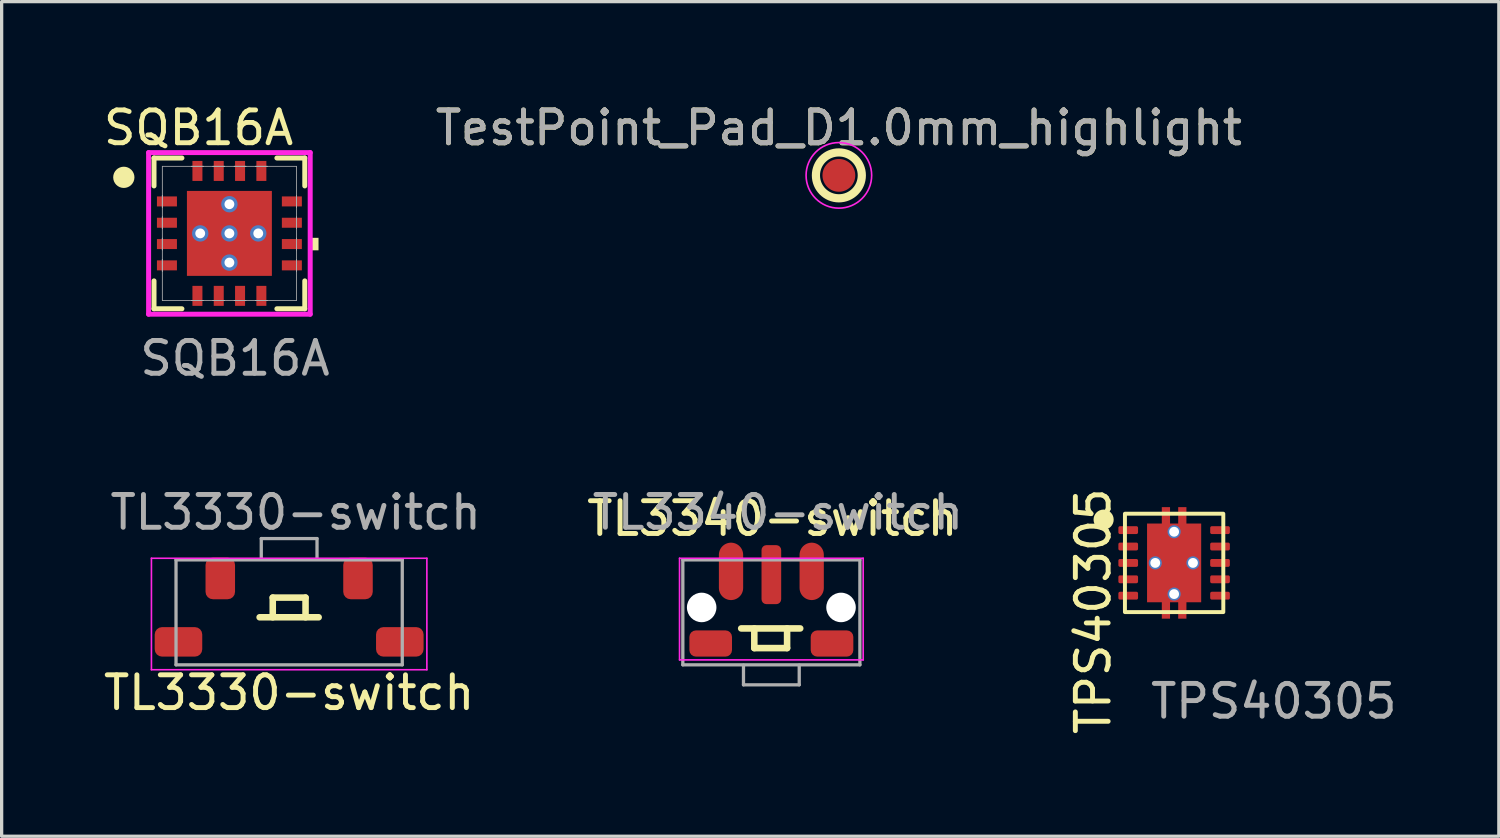
<source format=kicad_pcb>
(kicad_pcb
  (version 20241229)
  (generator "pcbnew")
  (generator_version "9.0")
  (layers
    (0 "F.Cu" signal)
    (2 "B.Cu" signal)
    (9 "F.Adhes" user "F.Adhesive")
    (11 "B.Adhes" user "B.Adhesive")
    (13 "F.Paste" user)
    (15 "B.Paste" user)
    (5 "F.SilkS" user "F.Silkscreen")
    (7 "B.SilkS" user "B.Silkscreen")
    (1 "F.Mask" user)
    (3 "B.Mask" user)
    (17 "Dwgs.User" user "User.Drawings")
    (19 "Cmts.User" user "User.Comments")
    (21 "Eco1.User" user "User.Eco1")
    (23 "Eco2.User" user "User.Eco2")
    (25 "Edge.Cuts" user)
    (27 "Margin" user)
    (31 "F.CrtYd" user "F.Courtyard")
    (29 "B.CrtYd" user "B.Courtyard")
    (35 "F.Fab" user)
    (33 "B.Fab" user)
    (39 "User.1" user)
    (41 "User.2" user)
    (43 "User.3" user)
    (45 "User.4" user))
  (footprint "TL3330-switch"
    (layer "F.Cu")
    (at 5.768 15.475)
    (property "Reference" "TL3330-switch" (at 0 2.6 0) (unlocked yes) (layer "F.SilkS") (effects (font (size 1 1) (thickness 0.15))))
    (attr smd)
    (fp_line (start -0.9 0.3) (end 0.9 0.3) (stroke (width 0.2) (type default)) (layer "F.SilkS"))
    (fp_line (start -0.5 -0.3) (end 0.5 -0.3) (stroke (width 0.2) (type default)) (layer "F.SilkS"))
    (fp_line (start -0.5 0.3) (end -0.5 -0.3) (stroke (width 0.2) (type default)) (layer "F.SilkS"))
    (fp_line (start 0.5 -0.3) (end 0.5 0.3) (stroke (width 0.2) (type default)) (layer "F.SilkS"))
    (fp_line (start -4.2 -1.5) (end 4.2 -1.5) (stroke (width 0.05) (type default)) (layer "F.CrtYd"))
    (fp_line (start -4.2 1.9) (end -4.2 -1.5) (stroke (width 0.05) (type default)) (layer "F.CrtYd"))
    (fp_line (start 4.2 -1.5) (end 4.2 1.9) (stroke (width 0.05) (type default)) (layer "F.CrtYd"))
    (fp_line (start 4.2 1.9) (end -4.2 1.9) (stroke (width 0.05) (type default)) (layer "F.CrtYd"))
    (fp_line (start -3.45 -1.45) (end 3.45 -1.45) (stroke (width 0.1) (type default)) (layer "F.Fab"))
    (fp_line (start -3.45 1.75) (end -3.45 -1.45) (stroke (width 0.1) (type default)) (layer "F.Fab"))
    (fp_line (start -3.45 1.75) (end 3.45 1.75) (stroke (width 0.1) (type default)) (layer "F.Fab"))
    (fp_line (start -0.85 -2.1) (end -0.85 -1.5) (stroke (width 0.1) (type default)) (layer "F.Fab"))
    (fp_line (start -0.85 -2.1) (end 0.85 -2.1) (stroke (width 0.1) (type default)) (layer "F.Fab"))
    (fp_line (start 0.85 -2.1) (end 0.85 -1.5) (stroke (width 0.1) (type default)) (layer "F.Fab"))
    (fp_line (start 3.45 1.75) (end 3.45 -1.45) (stroke (width 0.1) (type default)) (layer "F.Fab"))
    (fp_text user "${REFERENCE}" (at 0.2 -2.9 0) (unlocked yes) (layer "F.Fab") (effects (font (size 1 1) (thickness 0.15))))
    (pad "1" smd roundrect (at -2.1 -0.885) (size 0.9 1.27) (layers "F.Cu" "F.Mask" "F.Paste") (roundrect_rratio 0.25))
    (pad "2" smd roundrect (at 2.1 -0.885) (size 0.9 1.27) (layers "F.Cu" "F.Mask" "F.Paste") (roundrect_rratio 0.25))
    (pad "3" smd roundrect (at -3.375 1.05) (size 1.45 0.9) (layers "F.Cu" "F.Mask" "F.Paste") (roundrect_rratio 0.25))
    (pad "3" smd roundrect (at 3.375 1.05) (size 1.45 0.9) (layers "F.Cu" "F.Mask" "F.Paste") (roundrect_rratio 0.25)))
  (footprint "TL3340-switch"
    (layer "F.Cu")
    (at 20.474 15.475)
    (property "Reference" "TL3340-switch" (at 0.03 -2.71 0) (unlocked yes) (layer "F.SilkS") (effects (font (size 1 1) (thickness 0.15))))
    (attr smd)
    (fp_line (start -0.52 1.24) (end -0.52 0.64) (stroke (width 0.2) (type default)) (layer "F.SilkS"))
    (fp_line (start 0.48 0.64) (end 0.48 1.24) (stroke (width 0.2) (type default)) (layer "F.SilkS"))
    (fp_line (start 0.48 1.24) (end -0.52 1.24) (stroke (width 0.2) (type default)) (layer "F.SilkS"))
    (fp_line (start 0.88 0.64) (end -0.92 0.64) (stroke (width 0.2) (type default)) (layer "F.SilkS"))
    (fp_line (start -2.8 -1.5) (end 2.8 -1.5) (stroke (width 0.05) (type default)) (layer "F.CrtYd"))
    (fp_line (start -2.8 1.6) (end -2.8 -1.5) (stroke (width 0.05) (type default)) (layer "F.CrtYd"))
    (fp_line (start 2.8 -1.5) (end 2.8 1.6) (stroke (width 0.05) (type default)) (layer "F.CrtYd"))
    (fp_line (start 2.8 1.6) (end -2.8 1.6) (stroke (width 0.05) (type default)) (layer "F.CrtYd"))
    (fp_line (start -2.7 -1.45) (end 2.7 -1.45) (stroke (width 0.1) (type default)) (layer "F.Fab"))
    (fp_line (start -2.7 1.75) (end -2.7 -1.45) (stroke (width 0.1) (type default)) (layer "F.Fab"))
    (fp_line (start -2.7 1.75) (end 2.7 1.75) (stroke (width 0.1) (type default)) (layer "F.Fab"))
    (fp_line (start -0.85 2.36) (end -0.85 1.76) (stroke (width 0.1) (type default)) (layer "F.Fab"))
    (fp_line (start 0.85 2.36) (end -0.85 2.36) (stroke (width 0.1) (type default)) (layer "F.Fab"))
    (fp_line (start 0.85 2.36) (end 0.85 1.76) (stroke (width 0.1) (type default)) (layer "F.Fab"))
    (fp_line (start 2.7 1.75) (end 2.7 -1.45) (stroke (width 0.1) (type default)) (layer "F.Fab"))
    (fp_text user "${REFERENCE}" (at 0.2 -2.9 0) (unlocked yes) (layer "F.Fab") (effects (font (size 1 1) (thickness 0.15))))
    (pad "" np_thru_hole circle (at -2.125 0) (size 0.9 0.9) (drill 0.9) (layers "*.Cu"))
    (pad "" smd roundrect (at -1.85 1.1) (size 1.3 0.8) (layers "F.Cu" "F.Mask" "F.Paste") (roundrect_rratio 0.25))
    (pad "" smd roundrect (at 1.85 1.1) (size 1.3 0.8) (layers "F.Cu" "F.Mask" "F.Paste") (roundrect_rratio 0.25))
    (pad "" np_thru_hole circle (at 2.125 0) (size 0.9 0.9) (drill 0.9) (layers "*.Cu"))
    (pad "1" smd oval (at -1.23 -1.1) (size 0.74 1.75) (layers "F.Cu" "F.Mask" "F.Paste"))
    (pad "1" smd oval (at 1.23 -1.1) (size 0.74 1.75) (layers "F.Cu" "F.Mask" "F.Paste"))
    (pad "2" smd roundrect (at 0 -1) (size 0.6 1.8) (layers "F.Cu" "F.Mask" "F.Paste") (roundrect_rratio 0.25)))
  (footprint "TestPoint_Pad_D1.0mm_highlight"
    (layer "F.Cu")
    (at 22.533 2.298)
    (property "Reference" "TestPoint_Pad_D1.0mm_highlight" (at 0 -1.448 0) (layer "F.SilkS") (effects (font (size 1 1) (thickness 0.15))))
    (attr exclude_from_pos_files exclude_from_bom)
    (fp_circle (center 0 0) (end 0.7 0) (stroke (width 0.25) (type solid)) (fill no) (layer "F.SilkS"))
    (fp_circle (center 0 0) (end 1 0) (stroke (width 0.05) (type solid)) (fill no) (layer "F.CrtYd"))
    (fp_text user "${REFERENCE}" (at 0 -1.45 0) (layer "F.Fab") (effects (font (size 1 1) (thickness 0.15))))
    (pad "1" smd circle (at 0 0) (size 1 1) (layers "F.Cu" "F.Mask")))
  (footprint "SQB16A"
    (layer "F.Cu")
    (at 3.946 4.068)
    (property "Reference" "SQB16A" (at -0.94 -3.22 0) (unlocked yes) (layer "F.SilkS") (effects (font (size 1 1) (thickness 0.15))))
    (attr smd)
    (fp_line (start -2.299 -2.299) (end -2.299 -1.448) (stroke (width 0.152) (type solid)) (layer "F.SilkS"))
    (fp_line (start -2.299 1.448) (end -2.299 2.299) (stroke (width 0.152) (type solid)) (layer "F.SilkS"))
    (fp_line (start -2.299 2.299) (end -1.448 2.299) (stroke (width 0.152) (type solid)) (layer "F.SilkS"))
    (fp_line (start -1.448 -2.299) (end -2.299 -2.299) (stroke (width 0.152) (type solid)) (layer "F.SilkS"))
    (fp_line (start 1.448 2.299) (end 2.299 2.299) (stroke (width 0.152) (type solid)) (layer "F.SilkS"))
    (fp_line (start 2.299 -2.299) (end 1.448 -2.299) (stroke (width 0.152) (type solid)) (layer "F.SilkS"))
    (fp_line (start 2.299 -1.448) (end 2.299 -2.299) (stroke (width 0.152) (type solid)) (layer "F.SilkS"))
    (fp_line (start 2.299 2.299) (end 2.299 1.448) (stroke (width 0.152) (type solid)) (layer "F.SilkS"))
    (fp_circle (center -3.22 -1.71) (end -2.956 -1.71) (stroke (width 0.12) (type solid)) (fill yes) (layer "F.SilkS"))
    (fp_poly (pts (xy 2.718 0.135) (xy 2.718 0.516) (xy 2.464 0.516) (xy 2.464 0.135)) (stroke (width 0) (type solid)) (fill yes) (layer "F.SilkS"))
    (fp_poly (pts (xy -1.192 -1.192) (xy -1.192 -0.1) (xy -0.1 -0.1) (xy -0.1 -1.192)) (stroke (width 0) (type solid)) (fill yes) (layer "F.Paste"))
    (fp_poly (pts (xy -1.192 0.1) (xy -1.192 1.192) (xy -0.1 1.192) (xy -0.1 0.1)) (stroke (width 0) (type solid)) (fill yes) (layer "F.Paste"))
    (fp_poly (pts (xy 0.1 -1.192) (xy 0.1 -0.1) (xy 1.192 -0.1) (xy 1.192 -1.192)) (stroke (width 0) (type solid)) (fill yes) (layer "F.Paste"))
    (fp_poly (pts (xy 0.1 0.1) (xy 0.1 1.192) (xy 1.192 1.192) (xy 1.192 0.1)) (stroke (width 0) (type solid)) (fill yes) (layer "F.Paste"))
    (fp_line (start -2.464 -2.464) (end 2.464 -2.464) (stroke (width 0.152) (type solid)) (layer "F.CrtYd"))
    (fp_line (start -2.464 2.464) (end -2.464 -2.464) (stroke (width 0.152) (type solid)) (layer "F.CrtYd"))
    (fp_line (start 2.464 -2.464) (end 2.464 2.464) (stroke (width 0.152) (type solid)) (layer "F.CrtYd"))
    (fp_line (start 2.464 2.464) (end -2.464 2.464) (stroke (width 0.152) (type solid)) (layer "F.CrtYd"))
    (fp_line (start -2.045 -2.045) (end -2.045 2.045) (stroke (width 0.025) (type solid)) (layer "F.Fab"))
    (fp_line (start -2.045 -1.153) (end -2.045 -1.153) (stroke (width 0.025) (type solid)) (layer "F.Fab"))
    (fp_line (start -2.045 -1.153) (end -2.045 -0.797) (stroke (width 0.025) (type solid)) (layer "F.Fab"))
    (fp_line (start -2.045 -0.797) (end -2.045 -1.153) (stroke (width 0.025) (type solid)) (layer "F.Fab"))
    (fp_line (start -2.045 -0.797) (end -2.045 -0.797) (stroke (width 0.025) (type solid)) (layer "F.Fab"))
    (fp_line (start -2.045 -0.503) (end -2.045 -0.503) (stroke (width 0.025) (type solid)) (layer "F.Fab"))
    (fp_line (start -2.045 -0.503) (end -2.045 -0.147) (stroke (width 0.025) (type solid)) (layer "F.Fab"))
    (fp_line (start -2.045 -0.147) (end -2.045 -0.503) (stroke (width 0.025) (type solid)) (layer "F.Fab"))
    (fp_line (start -2.045 -0.147) (end -2.045 -0.147) (stroke (width 0.025) (type solid)) (layer "F.Fab"))
    (fp_line (start -2.045 0.147) (end -2.045 0.147) (stroke (width 0.025) (type solid)) (layer "F.Fab"))
    (fp_line (start -2.045 0.147) (end -2.045 0.503) (stroke (width 0.025) (type solid)) (layer "F.Fab"))
    (fp_line (start -2.045 0.503) (end -2.045 0.147) (stroke (width 0.025) (type solid)) (layer "F.Fab"))
    (fp_line (start -2.045 0.503) (end -2.045 0.503) (stroke (width 0.025) (type solid)) (layer "F.Fab"))
    (fp_line (start -2.045 0.797) (end -2.045 0.797) (stroke (width 0.025) (type solid)) (layer "F.Fab"))
    (fp_line (start -2.045 0.797) (end -2.045 1.153) (stroke (width 0.025) (type solid)) (layer "F.Fab"))
    (fp_line (start -2.045 1.153) (end -2.045 0.797) (stroke (width 0.025) (type solid)) (layer "F.Fab"))
    (fp_line (start -2.045 1.153) (end -2.045 1.153) (stroke (width 0.025) (type solid)) (layer "F.Fab"))
    (fp_line (start -2.045 2.045) (end 2.045 2.045) (stroke (width 0.025) (type solid)) (layer "F.Fab"))
    (fp_line (start -1.153 -2.045) (end -1.153 -2.045) (stroke (width 0.025) (type solid)) (layer "F.Fab"))
    (fp_line (start -1.153 -2.045) (end -0.797 -2.045) (stroke (width 0.025) (type solid)) (layer "F.Fab"))
    (fp_line (start -1.153 2.045) (end -1.153 2.045) (stroke (width 0.025) (type solid)) (layer "F.Fab"))
    (fp_line (start -1.153 2.045) (end -0.797 2.045) (stroke (width 0.025) (type solid)) (layer "F.Fab"))
    (fp_line (start -0.797 -2.045) (end -1.153 -2.045) (stroke (width 0.025) (type solid)) (layer "F.Fab"))
    (fp_line (start -0.797 -2.045) (end -0.797 -2.045) (stroke (width 0.025) (type solid)) (layer "F.Fab"))
    (fp_line (start -0.797 2.045) (end -1.153 2.045) (stroke (width 0.025) (type solid)) (layer "F.Fab"))
    (fp_line (start -0.797 2.045) (end -0.797 2.045) (stroke (width 0.025) (type solid)) (layer "F.Fab"))
    (fp_line (start -0.503 -2.045) (end -0.503 -2.045) (stroke (width 0.025) (type solid)) (layer "F.Fab"))
    (fp_line (start -0.503 -2.045) (end -0.147 -2.045) (stroke (width 0.025) (type solid)) (layer "F.Fab"))
    (fp_line (start -0.503 2.045) (end -0.503 2.045) (stroke (width 0.025) (type solid)) (layer "F.Fab"))
    (fp_line (start -0.503 2.045) (end -0.147 2.045) (stroke (width 0.025) (type solid)) (layer "F.Fab"))
    (fp_line (start -0.147 -2.045) (end -0.503 -2.045) (stroke (width 0.025) (type solid)) (layer "F.Fab"))
    (fp_line (start -0.147 -2.045) (end -0.147 -2.045) (stroke (width 0.025) (type solid)) (layer "F.Fab"))
    (fp_line (start -0.147 2.045) (end -0.503 2.045) (stroke (width 0.025) (type solid)) (layer "F.Fab"))
    (fp_line (start -0.147 2.045) (end -0.147 2.045) (stroke (width 0.025) (type solid)) (layer "F.Fab"))
    (fp_line (start 0.147 -2.045) (end 0.147 -2.045) (stroke (width 0.025) (type solid)) (layer "F.Fab"))
    (fp_line (start 0.147 -2.045) (end 0.503 -2.045) (stroke (width 0.025) (type solid)) (layer "F.Fab"))
    (fp_line (start 0.147 2.045) (end 0.147 2.045) (stroke (width 0.025) (type solid)) (layer "F.Fab"))
    (fp_line (start 0.147 2.045) (end 0.503 2.045) (stroke (width 0.025) (type solid)) (layer "F.Fab"))
    (fp_line (start 0.503 -2.045) (end 0.147 -2.045) (stroke (width 0.025) (type solid)) (layer "F.Fab"))
    (fp_line (start 0.503 -2.045) (end 0.503 -2.045) (stroke (width 0.025) (type solid)) (layer "F.Fab"))
    (fp_line (start 0.503 2.045) (end 0.147 2.045) (stroke (width 0.025) (type solid)) (layer "F.Fab"))
    (fp_line (start 0.503 2.045) (end 0.503 2.045) (stroke (width 0.025) (type solid)) (layer "F.Fab"))
    (fp_line (start 0.797 -2.045) (end 0.797 -2.045) (stroke (width 0.025) (type solid)) (layer "F.Fab"))
    (fp_line (start 0.797 -2.045) (end 1.153 -2.045) (stroke (width 0.025) (type solid)) (layer "F.Fab"))
    (fp_line (start 0.797 2.045) (end 0.797 2.045) (stroke (width 0.025) (type solid)) (layer "F.Fab"))
    (fp_line (start 0.797 2.045) (end 1.153 2.045) (stroke (width 0.025) (type solid)) (layer "F.Fab"))
    (fp_line (start 1.153 -2.045) (end 0.797 -2.045) (stroke (width 0.025) (type solid)) (layer "F.Fab"))
    (fp_line (start 1.153 -2.045) (end 1.153 -2.045) (stroke (width 0.025) (type solid)) (layer "F.Fab"))
    (fp_line (start 1.153 2.045) (end 0.797 2.045) (stroke (width 0.025) (type solid)) (layer "F.Fab"))
    (fp_line (start 1.153 2.045) (end 1.153 2.045) (stroke (width 0.025) (type solid)) (layer "F.Fab"))
    (fp_line (start 2.045 -2.045) (end -2.045 -2.045) (stroke (width 0.025) (type solid)) (layer "F.Fab"))
    (fp_line (start 2.045 -1.153) (end 2.045 -1.153) (stroke (width 0.025) (type solid)) (layer "F.Fab"))
    (fp_line (start 2.045 -1.153) (end 2.045 -0.797) (stroke (width 0.025) (type solid)) (layer "F.Fab"))
    (fp_line (start 2.045 -0.797) (end 2.045 -1.153) (stroke (width 0.025) (type solid)) (layer "F.Fab"))
    (fp_line (start 2.045 -0.797) (end 2.045 -0.797) (stroke (width 0.025) (type solid)) (layer "F.Fab"))
    (fp_line (start 2.045 -0.503) (end 2.045 -0.503) (stroke (width 0.025) (type solid)) (layer "F.Fab"))
    (fp_line (start 2.045 -0.503) (end 2.045 -0.147) (stroke (width 0.025) (type solid)) (layer "F.Fab"))
    (fp_line (start 2.045 -0.147) (end 2.045 -0.503) (stroke (width 0.025) (type solid)) (layer "F.Fab"))
    (fp_line (start 2.045 -0.147) (end 2.045 -0.147) (stroke (width 0.025) (type solid)) (layer "F.Fab"))
    (fp_line (start 2.045 0.147) (end 2.045 0.147) (stroke (width 0.025) (type solid)) (layer "F.Fab"))
    (fp_line (start 2.045 0.147) (end 2.045 0.503) (stroke (width 0.025) (type solid)) (layer "F.Fab"))
    (fp_line (start 2.045 0.503) (end 2.045 0.147) (stroke (width 0.025) (type solid)) (layer "F.Fab"))
    (fp_line (start 2.045 0.503) (end 2.045 0.503) (stroke (width 0.025) (type solid)) (layer "F.Fab"))
    (fp_line (start 2.045 0.797) (end 2.045 0.797) (stroke (width 0.025) (type solid)) (layer "F.Fab"))
    (fp_line (start 2.045 0.797) (end 2.045 1.153) (stroke (width 0.025) (type solid)) (layer "F.Fab"))
    (fp_line (start 2.045 1.153) (end 2.045 0.797) (stroke (width 0.025) (type solid)) (layer "F.Fab"))
    (fp_line (start 2.045 1.153) (end 2.045 1.153) (stroke (width 0.025) (type solid)) (layer "F.Fab"))
    (fp_line (start 2.045 2.045) (end 2.045 -2.045) (stroke (width 0.025) (type solid)) (layer "F.Fab"))
    (fp_text user "${REFERENCE}" (at 0.17 3.81 0) (unlocked yes) (layer "F.Fab") (effects (font (size 1 1) (thickness 0.15))))
    (pad "1" smd rect (at -1.905 -0.975 90) (size 0.305 0.61) (layers "F.Cu" "F.Mask" "F.Paste"))
    (pad "2" smd rect (at -1.905 -0.325 90) (size 0.305 0.61) (layers "F.Cu" "F.Mask" "F.Paste"))
    (pad "3" smd rect (at -1.905 0.325 90) (size 0.305 0.61) (layers "F.Cu" "F.Mask" "F.Paste"))
    (pad "4" smd rect (at -1.905 0.975 90) (size 0.305 0.61) (layers "F.Cu" "F.Mask" "F.Paste"))
    (pad "5" smd rect (at -0.975 1.905) (size 0.305 0.61) (layers "F.Cu" "F.Mask" "F.Paste"))
    (pad "6" smd rect (at -0.325 1.905) (size 0.305 0.61) (layers "F.Cu" "F.Mask" "F.Paste"))
    (pad "7" smd rect (at 0.325 1.905) (size 0.305 0.61) (layers "F.Cu" "F.Mask" "F.Paste"))
    (pad "8" smd rect (at 0.975 1.905) (size 0.305 0.61) (layers "F.Cu" "F.Mask" "F.Paste"))
    (pad "9" smd rect (at 1.905 0.975 90) (size 0.305 0.61) (layers "F.Cu" "F.Mask" "F.Paste"))
    (pad "10" smd rect (at 1.905 0.325 90) (size 0.305 0.61) (layers "F.Cu" "F.Mask" "F.Paste"))
    (pad "11" smd rect (at 1.905 -0.325 90) (size 0.305 0.61) (layers "F.Cu" "F.Mask" "F.Paste"))
    (pad "12" smd rect (at 1.905 -0.975 90) (size 0.305 0.61) (layers "F.Cu" "F.Mask" "F.Paste"))
    (pad "13" smd rect (at 0.975 -1.905) (size 0.305 0.61) (layers "F.Cu" "F.Mask" "F.Paste"))
    (pad "14" smd rect (at 0.325 -1.905) (size 0.305 0.61) (layers "F.Cu" "F.Mask" "F.Paste"))
    (pad "15" smd rect (at -0.325 -1.905) (size 0.305 0.61) (layers "F.Cu" "F.Mask" "F.Paste"))
    (pad "16" smd rect (at -0.975 -1.905) (size 0.305 0.61) (layers "F.Cu" "F.Mask" "F.Paste"))
    (pad "17" thru_hole circle (at -0.89 0) (size 0.5 0.5) (drill 0.3) (layers "*.Cu" "*.Mask"))
    (pad "17" thru_hole circle (at 0 -0.89) (size 0.5 0.5) (drill 0.3) (layers "*.Cu" "*.Mask"))
    (pad "17" thru_hole circle (at 0 0) (size 0.5 0.5) (drill 0.3) (layers "*.Cu" "*.Mask"))
    (pad "17" smd rect (at 0 0) (size 2.591 2.591) (layers "F.Cu" "F.Mask"))
    (pad "17" thru_hole circle (at 0 0.89) (size 0.5 0.5) (drill 0.3) (layers "*.Cu" "*.Mask"))
    (pad "17" thru_hole circle (at 0.88 0) (size 0.5 0.5) (drill 0.3) (layers "*.Cu" "*.Mask")))
  (footprint "TPS40305"
    (layer "F.Cu")
    (at 32.757 14.117)
    (property "Reference" "TPS40305" (at -2.467 1.473 90) (unlocked yes) (layer "F.SilkS") (effects (font (size 1 1) (thickness 0.15))))
    (attr smd)
    (fp_rect (start -1.5 -1.5) (end 1.5 1.5) (stroke (width 0.12) (type solid)) (fill no) (layer "F.SilkS"))
    (fp_circle (center -2.15 -1.32) (end -1.903 -1.32) (stroke (width 0.12) (type solid)) (fill yes) (layer "F.SilkS"))
    (fp_poly (pts (xy -0.125 -1.405) (xy -0.375 -1.405) (xy -0.375 -1.7) (xy -0.125 -1.7)) (stroke (width 0.001) (type solid)) (fill yes) (layer "F.Paste"))
    (fp_poly (pts (xy -0.125 1.7) (xy -0.375 1.7) (xy -0.375 1.405) (xy -0.125 1.405)) (stroke (width 0.001) (type solid)) (fill yes) (layer "F.Paste"))
    (fp_poly (pts (xy 0.375 -1.405) (xy 0.125 -1.405) (xy 0.125 -1.7) (xy 0.375 -1.7)) (stroke (width 0.001) (type solid)) (fill yes) (layer "F.Paste"))
    (fp_poly (pts (xy 0.375 1.7) (xy 0.125 1.7) (xy 0.125 1.405) (xy 0.375 1.405)) (stroke (width 0.001) (type solid)) (fill yes) (layer "F.Paste"))
    (fp_poly (pts (xy 0.595 -0.095) (xy -0.615 -0.1) (xy -0.615 -1.03) (xy 0.595 -1.025)) (stroke (width 0.001) (type solid)) (fill yes) (layer "F.Paste"))
    (fp_poly (pts (xy 0.6 1.03) (xy -0.61 1.025) (xy -0.61 0.095) (xy 0.6 0.1)) (stroke (width 0.001) (type solid)) (fill yes) (layer "F.Paste"))
    (fp_text user "${REFERENCE}" (at 3.04 4.22 0) (unlocked yes) (layer "F.Fab") (effects (font (size 1 1) (thickness 0.15))))
    (pad "1" smd roundrect (at -1.4 -1) (size 0.6 0.24) (layers "F.Cu" "F.Mask" "F.Paste") (roundrect_rratio 0.208))
    (pad "2" smd roundrect (at -1.4 -0.5) (size 0.6 0.24) (layers "F.Cu" "F.Mask" "F.Paste") (roundrect_rratio 0.208))
    (pad "3" smd roundrect (at -1.4 0) (size 0.6 0.24) (layers "F.Cu" "F.Mask" "F.Paste") (roundrect_rratio 0.208))
    (pad "4" smd roundrect (at -1.4 0.5) (size 0.6 0.24) (layers "F.Cu" "F.Mask" "F.Paste") (roundrect_rratio 0.208))
    (pad "5" smd roundrect (at -1.4 1) (size 0.6 0.24) (layers "F.Cu" "F.Mask" "F.Paste") (roundrect_rratio 0.208))
    (pad "6" smd roundrect (at 1.4 1) (size 0.6 0.24) (layers "F.Cu" "F.Mask" "F.Paste") (roundrect_rratio 0.208))
    (pad "7" smd roundrect (at 1.4 0.5) (size 0.6 0.24) (layers "F.Cu" "F.Mask" "F.Paste") (roundrect_rratio 0.208))
    (pad "8" smd roundrect (at 1.4 0) (size 0.6 0.24) (layers "F.Cu" "F.Mask" "F.Paste") (roundrect_rratio 0.208))
    (pad "9" smd roundrect (at 1.4 -0.5) (size 0.6 0.24) (layers "F.Cu" "F.Mask" "F.Paste") (roundrect_rratio 0.208))
    (pad "10" smd roundrect (at 1.4 -1) (size 0.6 0.24) (layers "F.Cu" "F.Mask" "F.Paste") (roundrect_rratio 0.208))
    (pad "11" thru_hole circle (at -0.575 0) (size 0.4 0.4) (drill 0.3) (layers "*.Cu" "*.Mask"))
    (pad "11" thru_hole circle (at 0 -0.95) (size 0.4 0.4) (drill 0.3) (layers "*.Cu" "*.Mask"))
    (pad "11" smd custom (at 0 0) (size 0.6 0.24) (layers "F.Cu" "F.Mask") (options (anchor rect)) (primitives (gr_poly (pts (xy -0.825 0) (xy -0.825 -1.2) (xy -0.375 -1.2) (xy -0.375 -1.7) (xy -0.125 -1.7) (xy -0.125 -1.2) (xy 0.125 -1.2) (xy 0.125 -1.7) (xy 0.375 -1.7) (xy 0.375 -1.2) (xy 0.825 -1.2) (xy 0.825 1.2) (xy 0.375 1.2) (xy 0.375 1.7) (xy 0.125 1.7) (xy 0.125 1.2) (xy -0.125 1.2) (xy -0.125 1.7) (xy -0.375 1.7) (xy -0.375 1.2) (xy -0.825 1.2)) (width 0.001) (fill yes))))
    (pad "11" thru_hole circle (at 0 0.95) (size 0.4 0.4) (drill 0.3) (layers "*.Cu" "*.Mask"))
    (pad "11" thru_hole circle (at 0.575 0) (size 0.4 0.4) (drill 0.3) (layers "*.Cu" "*.Mask")))
  (gr_rect
    (start -3 -3)
    (end 42.66 22.453)
    (stroke (width 0.1) (type default))
    (fill no)
    (layer "Edge.Cuts")))
</source>
